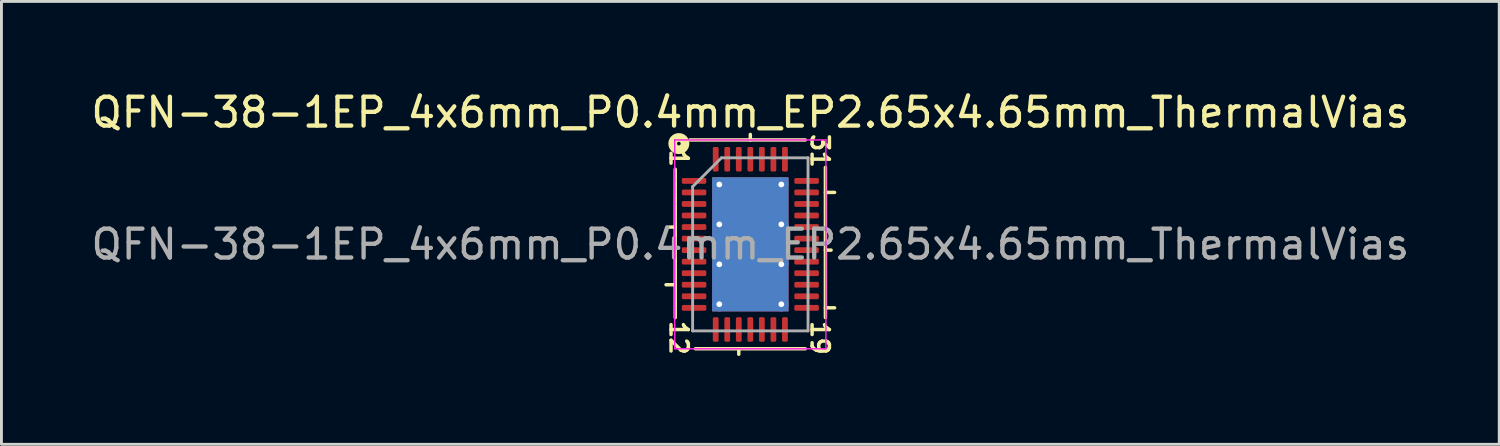
<source format=kicad_pcb>
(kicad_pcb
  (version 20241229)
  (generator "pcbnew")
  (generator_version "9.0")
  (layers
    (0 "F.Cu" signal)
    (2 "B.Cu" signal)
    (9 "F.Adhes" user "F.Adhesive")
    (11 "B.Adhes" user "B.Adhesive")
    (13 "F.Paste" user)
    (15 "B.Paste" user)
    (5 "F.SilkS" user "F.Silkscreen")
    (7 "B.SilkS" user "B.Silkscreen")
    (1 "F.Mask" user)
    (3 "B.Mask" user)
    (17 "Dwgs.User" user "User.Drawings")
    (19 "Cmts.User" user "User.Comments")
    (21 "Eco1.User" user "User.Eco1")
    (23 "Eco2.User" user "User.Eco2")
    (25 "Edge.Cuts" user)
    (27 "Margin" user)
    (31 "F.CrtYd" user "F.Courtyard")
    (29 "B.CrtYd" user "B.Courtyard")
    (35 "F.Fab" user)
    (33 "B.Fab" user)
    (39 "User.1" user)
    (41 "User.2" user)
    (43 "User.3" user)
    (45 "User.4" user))
  (footprint "QFN-38-1EP_4x6mm_P0.4mm_EP2.65x4.65mm_ThermalVias"
    (layer "F.Cu")
    (at 22.958 5.42)
    (property "Reference" "QFN-38-1EP_4x6mm_P0.4mm_EP2.65x4.65mm_ThermalVias" (at 0 -4.572 0) (layer "F.SilkS") (effects (font (size 1 1) (thickness 0.15))))
    (attr smd)
    (fp_line (start -2.921 1.4) (end -2.603 1.4) (stroke (width 0.12) (type solid)) (layer "F.SilkS"))
    (fp_line (start -2.603 -2.603) (end -2.603 2.54) (stroke (width 0.12) (type solid)) (layer "F.SilkS"))
    (fp_line (start -2.603 -0.6) (end -2.794 -0.6) (stroke (width 0.12) (type solid)) (layer "F.SilkS"))
    (fp_line (start -1.905 3.619) (end 1.905 3.619) (stroke (width 0.12) (type solid)) (layer "F.SilkS"))
    (fp_line (start -0.4 3.81) (end -0.4 3.619) (stroke (width 0.12) (type solid)) (layer "F.SilkS"))
    (fp_line (start 0 -3.619) (end 0 -3.81) (stroke (width 0.12) (type solid)) (layer "F.SilkS"))
    (fp_line (start 1.905 -3.619) (end -2.095 -3.619) (stroke (width 0.12) (type solid)) (layer "F.SilkS"))
    (fp_line (start 2.603 -1.8) (end 2.921 -1.8) (stroke (width 0.12) (type solid)) (layer "F.SilkS"))
    (fp_line (start 2.603 0.2) (end 2.8 0.2) (stroke (width 0.12) (type solid)) (layer "F.SilkS"))
    (fp_line (start 2.603 2.2) (end 2.921 2.2) (stroke (width 0.12) (type solid)) (layer "F.SilkS"))
    (fp_line (start 2.603 2.54) (end 2.603 -2.667) (stroke (width 0.12) (type solid)) (layer "F.SilkS"))
    (fp_circle (center -2.477 -3.493) (end -2.413 -3.493) (stroke (width 0.3) (type solid)) (fill no) (layer "F.SilkS"))
    (fp_line (start -2.62 -3.62) (end -2.62 3.62) (stroke (width 0.05) (type solid)) (layer "F.CrtYd"))
    (fp_line (start -2.62 3.62) (end 2.62 3.62) (stroke (width 0.05) (type solid)) (layer "F.CrtYd"))
    (fp_line (start 2.62 -3.62) (end -2.62 -3.62) (stroke (width 0.05) (type solid)) (layer "F.CrtYd"))
    (fp_line (start 2.62 3.62) (end 2.62 -3.62) (stroke (width 0.05) (type solid)) (layer "F.CrtYd"))
    (fp_line (start -2 -2) (end -1 -3) (stroke (width 0.1) (type solid)) (layer "F.Fab"))
    (fp_line (start -2 3) (end -2 -2) (stroke (width 0.1) (type solid)) (layer "F.Fab"))
    (fp_line (start -1 -3) (end 2 -3) (stroke (width 0.1) (type solid)) (layer "F.Fab"))
    (fp_line (start 2 -3) (end 2 3) (stroke (width 0.1) (type solid)) (layer "F.Fab"))
    (fp_line (start 2 3) (end -2 3) (stroke (width 0.1) (type solid)) (layer "F.Fab"))
    (fp_text user "12" (at -2.477 3.239 270) (unlocked yes) (layer "F.SilkS") (effects (font (size 0.6 0.6) (thickness 0.12))))
    (fp_text user "1" (at -2.477 -2.985 270) (unlocked yes) (layer "F.SilkS") (effects (font (size 0.6 0.6) (thickness 0.12))))
    (fp_text user "19" (at 2.413 3.239 270) (unlocked yes) (layer "F.SilkS") (effects (font (size 0.6 0.6) (thickness 0.12))))
    (fp_text user "31" (at 2.413 -3.239 270) (unlocked yes) (layer "F.SilkS") (effects (font (size 0.6 0.6) (thickness 0.12))))
    (fp_text user "${REFERENCE}" (at 0 0 0) (layer "F.Fab") (effects (font (size 1 1) (thickness 0.15))))
    (pad "" smd roundrect (at -0.66 -1.74) (size 1.15 1.01) (layers "F.Paste") (roundrect_rratio 0.248))
    (pad "" smd roundrect (at -0.66 -0.58) (size 1.15 1.01) (layers "F.Paste") (roundrect_rratio 0.248))
    (pad "" smd roundrect (at -0.66 0.58) (size 1.15 1.01) (layers "F.Paste") (roundrect_rratio 0.248))
    (pad "" smd roundrect (at -0.66 1.74) (size 1.15 1.01) (layers "F.Paste") (roundrect_rratio 0.248))
    (pad "" smd roundrect (at 0.66 -1.74) (size 1.15 1.01) (layers "F.Paste") (roundrect_rratio 0.248))
    (pad "" smd roundrect (at 0.66 -0.58) (size 1.15 1.01) (layers "F.Paste") (roundrect_rratio 0.248))
    (pad "" smd roundrect (at 0.66 0.58) (size 1.15 1.01) (layers "F.Paste") (roundrect_rratio 0.248))
    (pad "" smd roundrect (at 0.66 1.74) (size 1.15 1.01) (layers "F.Paste") (roundrect_rratio 0.248))
    (pad "1" smd roundrect (at -1.95 -2.2) (size 0.85 0.2) (layers "F.Cu" "F.Mask" "F.Paste") (roundrect_rratio 0.25))
    (pad "2" smd roundrect (at -1.95 -1.8) (size 0.85 0.2) (layers "F.Cu" "F.Mask" "F.Paste") (roundrect_rratio 0.25))
    (pad "3" smd roundrect (at -1.95 -1.4) (size 0.85 0.2) (layers "F.Cu" "F.Mask" "F.Paste") (roundrect_rratio 0.25))
    (pad "4" smd roundrect (at -1.95 -1) (size 0.85 0.2) (layers "F.Cu" "F.Mask" "F.Paste") (roundrect_rratio 0.25))
    (pad "5" smd roundrect (at -1.95 -0.6) (size 0.85 0.2) (layers "F.Cu" "F.Mask" "F.Paste") (roundrect_rratio 0.25))
    (pad "6" smd roundrect (at -1.95 -0.2) (size 0.85 0.2) (layers "F.Cu" "F.Mask" "F.Paste") (roundrect_rratio 0.25))
    (pad "7" smd roundrect (at -1.95 0.2) (size 0.85 0.2) (layers "F.Cu" "F.Mask" "F.Paste") (roundrect_rratio 0.25))
    (pad "8" smd roundrect (at -1.95 0.6) (size 0.85 0.2) (layers "F.Cu" "F.Mask" "F.Paste") (roundrect_rratio 0.25))
    (pad "9" smd roundrect (at -1.95 1) (size 0.85 0.2) (layers "F.Cu" "F.Mask" "F.Paste") (roundrect_rratio 0.25))
    (pad "10" smd roundrect (at -1.95 1.4) (size 0.85 0.2) (layers "F.Cu" "F.Mask" "F.Paste") (roundrect_rratio 0.25))
    (pad "11" smd roundrect (at -1.95 1.8) (size 0.85 0.2) (layers "F.Cu" "F.Mask" "F.Paste") (roundrect_rratio 0.25))
    (pad "12" smd roundrect (at -1.95 2.2) (size 0.85 0.2) (layers "F.Cu" "F.Mask" "F.Paste") (roundrect_rratio 0.25))
    (pad "13" smd roundrect (at -1.2 2.95) (size 0.2 0.85) (layers "F.Cu" "F.Mask" "F.Paste") (roundrect_rratio 0.25))
    (pad "14" smd roundrect (at -0.8 2.95) (size 0.2 0.85) (layers "F.Cu" "F.Mask" "F.Paste") (roundrect_rratio 0.25))
    (pad "15" smd roundrect (at -0.4 2.95) (size 0.2 0.85) (layers "F.Cu" "F.Mask" "F.Paste") (roundrect_rratio 0.25))
    (pad "16" smd roundrect (at 0 2.95) (size 0.2 0.85) (layers "F.Cu" "F.Mask" "F.Paste") (roundrect_rratio 0.25))
    (pad "17" smd roundrect (at 0.4 2.95) (size 0.2 0.85) (layers "F.Cu" "F.Mask" "F.Paste") (roundrect_rratio 0.25))
    (pad "18" smd roundrect (at 0.8 2.95) (size 0.2 0.85) (layers "F.Cu" "F.Mask" "F.Paste") (roundrect_rratio 0.25))
    (pad "19" smd roundrect (at 1.2 2.95) (size 0.2 0.85) (layers "F.Cu" "F.Mask" "F.Paste") (roundrect_rratio 0.25))
    (pad "20" smd roundrect (at 1.95 2.2) (size 0.85 0.2) (layers "F.Cu" "F.Mask" "F.Paste") (roundrect_rratio 0.25))
    (pad "21" smd roundrect (at 1.95 1.8) (size 0.85 0.2) (layers "F.Cu" "F.Mask" "F.Paste") (roundrect_rratio 0.25))
    (pad "22" smd roundrect (at 1.95 1.4) (size 0.85 0.2) (layers "F.Cu" "F.Mask" "F.Paste") (roundrect_rratio 0.25))
    (pad "23" smd roundrect (at 1.95 1) (size 0.85 0.2) (layers "F.Cu" "F.Mask" "F.Paste") (roundrect_rratio 0.25))
    (pad "24" smd roundrect (at 1.95 0.6) (size 0.85 0.2) (layers "F.Cu" "F.Mask" "F.Paste") (roundrect_rratio 0.25))
    (pad "25" smd roundrect (at 1.95 0.2) (size 0.85 0.2) (layers "F.Cu" "F.Mask" "F.Paste") (roundrect_rratio 0.25))
    (pad "26" smd roundrect (at 1.95 -0.2) (size 0.85 0.2) (layers "F.Cu" "F.Mask" "F.Paste") (roundrect_rratio 0.25))
    (pad "27" smd roundrect (at 1.95 -0.6) (size 0.85 0.2) (layers "F.Cu" "F.Mask" "F.Paste") (roundrect_rratio 0.25))
    (pad "28" smd roundrect (at 1.95 -1) (size 0.85 0.2) (layers "F.Cu" "F.Mask" "F.Paste") (roundrect_rratio 0.25))
    (pad "29" smd roundrect (at 1.95 -1.4) (size 0.85 0.2) (layers "F.Cu" "F.Mask" "F.Paste") (roundrect_rratio 0.25))
    (pad "30" smd roundrect (at 1.95 -1.8) (size 0.85 0.2) (layers "F.Cu" "F.Mask" "F.Paste") (roundrect_rratio 0.25))
    (pad "31" smd roundrect (at 1.95 -2.2) (size 0.85 0.2) (layers "F.Cu" "F.Mask" "F.Paste") (roundrect_rratio 0.25))
    (pad "32" smd roundrect (at 1.2 -2.95) (size 0.2 0.85) (layers "F.Cu" "F.Mask" "F.Paste") (roundrect_rratio 0.25))
    (pad "33" smd roundrect (at 0.8 -2.95) (size 0.2 0.85) (layers "F.Cu" "F.Mask" "F.Paste") (roundrect_rratio 0.25))
    (pad "34" smd roundrect (at 0.4 -2.95) (size 0.2 0.85) (layers "F.Cu" "F.Mask" "F.Paste") (roundrect_rratio 0.25))
    (pad "35" smd roundrect (at 0 -2.95) (size 0.2 0.85) (layers "F.Cu" "F.Mask" "F.Paste") (roundrect_rratio 0.25))
    (pad "36" smd roundrect (at -0.4 -2.95) (size 0.2 0.85) (layers "F.Cu" "F.Mask" "F.Paste") (roundrect_rratio 0.25))
    (pad "37" smd roundrect (at -0.8 -2.95) (size 0.2 0.85) (layers "F.Cu" "F.Mask" "F.Paste") (roundrect_rratio 0.25))
    (pad "38" smd roundrect (at -1.2 -2.95) (size 0.2 0.85) (layers "F.Cu" "F.Mask" "F.Paste") (roundrect_rratio 0.25))
    (pad "39" thru_hole circle (at -1.075 -2.075) (size 0.5 0.5) (drill 0.2) (layers "*.Cu"))
    (pad "39" thru_hole circle (at -1.075 -0.692) (size 0.5 0.5) (drill 0.2) (layers "*.Cu"))
    (pad "39" thru_hole circle (at -1.075 0.692) (size 0.5 0.5) (drill 0.2) (layers "*.Cu"))
    (pad "39" thru_hole circle (at -1.075 2.075) (size 0.5 0.5) (drill 0.2) (layers "*.Cu"))
    (pad "39" smd rect (at 0 0) (size 2.65 4.65) (layers "F.Cu" "F.Mask"))
    (pad "39" smd rect (at 0 0) (size 2.65 4.65) (layers "B.Cu" "B.Mask"))
    (pad "39" thru_hole circle (at 1.075 -2.075) (size 0.5 0.5) (drill 0.2) (layers "*.Cu"))
    (pad "39" thru_hole circle (at 1.075 -0.692) (size 0.5 0.5) (drill 0.2) (layers "*.Cu"))
    (pad "39" thru_hole circle (at 1.075 0.692) (size 0.5 0.5) (drill 0.2) (layers "*.Cu"))
    (pad "39" thru_hole circle (at 1.075 2.075) (size 0.5 0.5) (drill 0.2) (layers "*.Cu")))
  (gr_rect
    (start -3 -3)
    (end 48.917 12.35)
    (stroke (width 0.1) (type default))
    (fill no)
    (layer "Edge.Cuts")))
</source>
